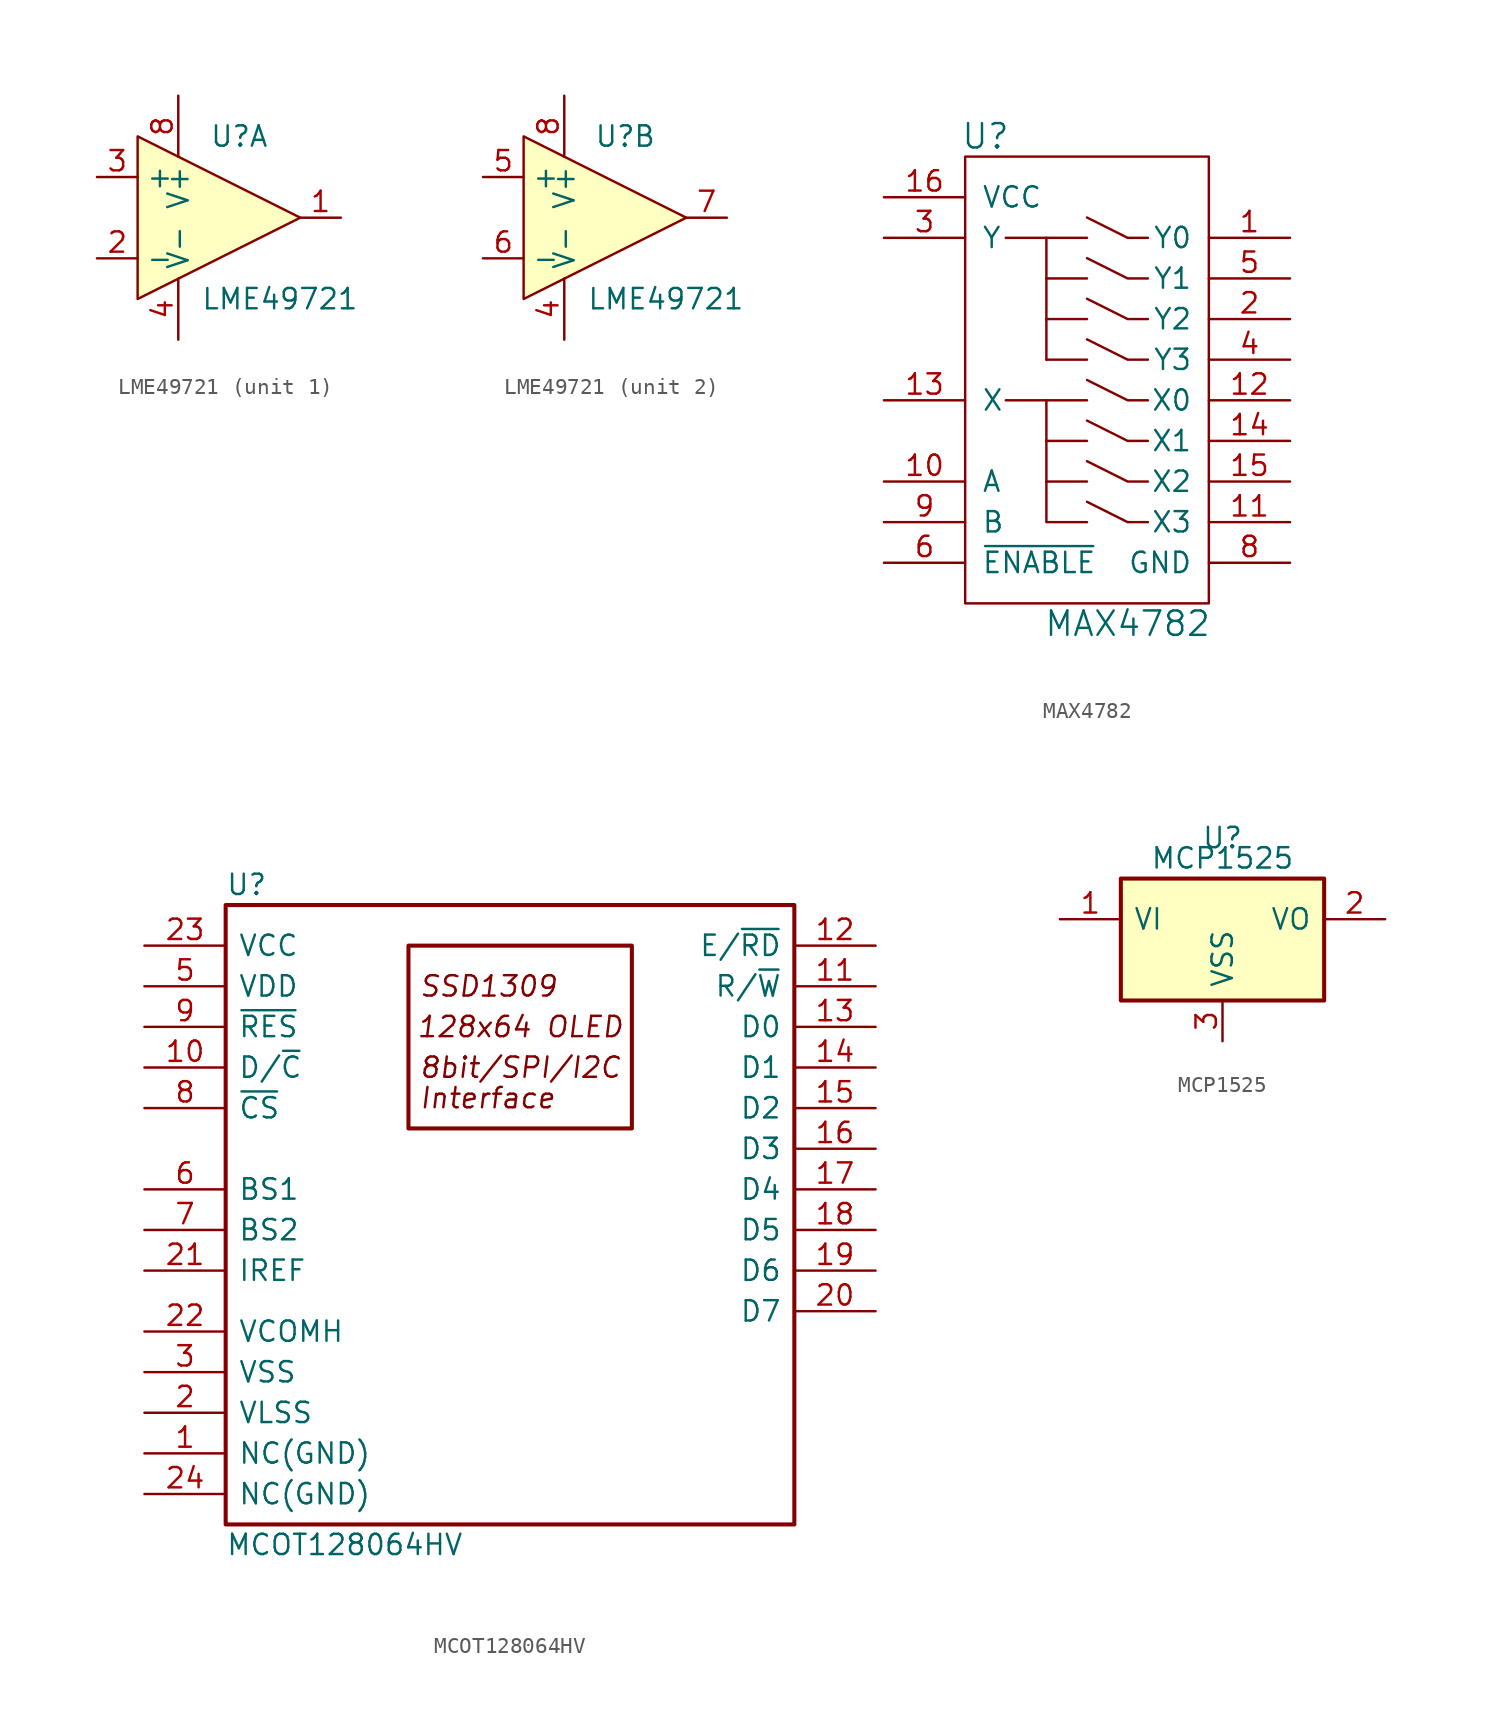
<source format=kicad_sym>
(kicad_symbol_lib
  (version 20211014)
  (generator kicad_symbol_editor)
  (symbol "LME49721"
    (property "Reference" "U"
      (at 1.27 5.08 0)
      (effects (font (size 1.27 1.27))))
    (property "Value" "LME49721"
      (at 3.81 -5.08 0)
      (effects (font (size 1.27 1.27))))
    (property "Footprint" ""
      (at -1.27 2.54 0)
      (effects (font (size 1.27 1.27))))
    (property "Datasheet" ""
      (at 1.27 5.08 0)
      (effects (font (size 1.27 1.27))))
    (symbol "LME49721_0_1"
      (polyline (pts (xy -5.08 5.08) (xy 5.08 0) (xy -5.08 -5.08) (xy -5.08 5.08)) (stroke (width 0.152) (type default) (color 0 0 0 0)) (fill (type background)))
      (pin power_in line (at -2.54 -7.62 90) (length 3.81) (name "V-" (effects (font (size 1.27 1.27)))) (number "4" (effects (font (size 1.27 1.27)))))
      (pin power_in line (at -2.54 7.62 270) (length 3.81) (name "V+" (effects (font (size 1.27 1.27)))) (number "8" (effects (font (size 1.27 1.27))))))
    (symbol "LME49721_1_1"
      (pin output line (at 7.62 0 180) (length 2.54) (name "~" (effects (font (size 1.27 1.27)))) (number "1" (effects (font (size 1.27 1.27)))))
      (pin input line (at -7.62 -2.54 0) (length 2.54) (name "-" (effects (font (size 1.27 1.27)))) (number "2" (effects (font (size 1.27 1.27)))))
      (pin input line (at -7.62 2.54 0) (length 2.54) (name "+" (effects (font (size 1.27 1.27)))) (number "3" (effects (font (size 1.27 1.27))))))
    (symbol "LME49721_2_1"
      (pin input line (at -7.62 2.54 0) (length 2.54) (name "+" (effects (font (size 1.27 1.27)))) (number "5" (effects (font (size 1.27 1.27)))))
      (pin input line (at -7.62 -2.54 0) (length 2.54) (name "-" (effects (font (size 1.27 1.27)))) (number "6" (effects (font (size 1.27 1.27)))))
      (pin output line (at 7.62 0 180) (length 2.54) (name "~" (effects (font (size 1.27 1.27)))) (number "7" (effects (font (size 1.27 1.27)))))))
  (symbol "MAX4782"
    (pin_names
      (offset 1.016))
    (property "Reference" "U"
      (at 6.35 3.81 0)
      (effects (font (size 1.524 1.524))))
    (property "Value" "MAX4782"
      (at 15.24 -26.67 0)
      (effects (font (size 1.524 1.524))))
    (property "Footprint" ""
      (at 12.7 -11.43 0)
      (effects (font (size 1.524 1.524))))
    (property "Datasheet" ""
      (at 12.7 -11.43 0)
      (effects (font (size 1.524 1.524))))
    (symbol "MAX4782_0_1"
      (polyline (pts (xy 7.62 -12.7) (xy 12.7 -12.7)) (stroke (width 0) (type default) (color 0 0 0 0)) (fill (type none)))
      (polyline (pts (xy 10.16 -17.78) (xy 12.7 -17.78)) (stroke (width 0) (type default) (color 0 0 0 0)) (fill (type none)))
      (polyline (pts (xy 10.16 -15.24) (xy 12.7 -15.24)) (stroke (width 0) (type default) (color 0 0 0 0)) (fill (type none)))
      (polyline (pts (xy 10.16 -10.16) (xy 12.7 -10.16)) (stroke (width 0) (type default) (color 0 0 0 0)) (fill (type none)))
      (polyline (pts (xy 10.16 -7.62) (xy 12.7 -7.62)) (stroke (width 0) (type default) (color 0 0 0 0)) (fill (type none)))
      (polyline (pts (xy 10.16 -5.08) (xy 12.7 -5.08)) (stroke (width 0) (type default) (color 0 0 0 0)) (fill (type none)))
      (polyline (pts (xy 10.16 -2.54) (xy 12.7 -2.54)) (stroke (width 0) (type default) (color 0 0 0 0)) (fill (type none)))
      (polyline (pts (xy 7.62 -2.54) (xy 10.16 -2.54) (xy 10.16 -10.16)) (stroke (width 0) (type default) (color 0 0 0 0)) (fill (type none)))
      (polyline (pts (xy 10.16 -12.7) (xy 10.16 -20.32) (xy 12.7 -20.32)) (stroke (width 0) (type default) (color 0 0 0 0)) (fill (type none)))
      (polyline (pts (xy 12.7 -19.05) (xy 15.24 -20.32) (xy 16.51 -20.32)) (stroke (width 0) (type default) (color 0 0 0 0)) (fill (type none)))
      (polyline (pts (xy 12.7 -16.51) (xy 15.24 -17.78) (xy 16.51 -17.78)) (stroke (width 0) (type default) (color 0 0 0 0)) (fill (type none)))
      (polyline (pts (xy 12.7 -13.97) (xy 15.24 -15.24) (xy 16.51 -15.24)) (stroke (width 0) (type default) (color 0 0 0 0)) (fill (type none)))
      (polyline (pts (xy 12.7 -11.43) (xy 15.24 -12.7) (xy 16.51 -12.7)) (stroke (width 0) (type default) (color 0 0 0 0)) (fill (type none)))
      (polyline (pts (xy 12.7 -8.89) (xy 15.24 -10.16) (xy 16.51 -10.16)) (stroke (width 0) (type default) (color 0 0 0 0)) (fill (type none)))
      (polyline (pts (xy 12.7 -6.35) (xy 15.24 -7.62) (xy 16.51 -7.62)) (stroke (width 0) (type default) (color 0 0 0 0)) (fill (type none)))
      (polyline (pts (xy 12.7 -3.81) (xy 15.24 -5.08) (xy 16.51 -5.08)) (stroke (width 0) (type default) (color 0 0 0 0)) (fill (type none)))
      (polyline (pts (xy 12.7 -1.27) (xy 15.24 -2.54) (xy 16.51 -2.54)) (stroke (width 0) (type default) (color 0 0 0 0)) (fill (type none)))
      (rectangle (start 5.08 2.54) (end 20.32 -25.4) (stroke (width 0) (type default) (color 0 0 0 0)) (fill (type none))))
    (symbol "MAX4782_1_1"
      (pin passive line (at 25.4 -2.54 180) (length 5.08) (name "Y0" (effects (font (size 1.27 1.27)))) (number "1" (effects (font (size 1.27 1.27)))))
      (pin input line (at 0 -17.78 0) (length 5.08) (name "A" (effects (font (size 1.27 1.27)))) (number "10" (effects (font (size 1.27 1.27)))))
      (pin passive line (at 25.4 -20.32 180) (length 5.08) (name "X3" (effects (font (size 1.27 1.27)))) (number "11" (effects (font (size 1.27 1.27)))))
      (pin passive line (at 25.4 -12.7 180) (length 5.08) (name "X0" (effects (font (size 1.27 1.27)))) (number "12" (effects (font (size 1.27 1.27)))))
      (pin passive line (at 0 -12.7 0) (length 5.08) (name "X" (effects (font (size 1.27 1.27)))) (number "13" (effects (font (size 1.27 1.27)))))
      (pin passive line (at 25.4 -15.24 180) (length 5.08) (name "X1" (effects (font (size 1.27 1.27)))) (number "14" (effects (font (size 1.27 1.27)))))
      (pin passive line (at 25.4 -17.78 180) (length 5.08) (name "X2" (effects (font (size 1.27 1.27)))) (number "15" (effects (font (size 1.27 1.27)))))
      (pin power_in line (at 0 0 0) (length 5.08) (name "VCC" (effects (font (size 1.27 1.27)))) (number "16" (effects (font (size 1.27 1.27)))))
      (pin passive line (at 25.4 -7.62 180) (length 5.08) (name "Y2" (effects (font (size 1.27 1.27)))) (number "2" (effects (font (size 1.27 1.27)))))
      (pin passive line (at 0 -2.54 0) (length 5.08) (name "Y" (effects (font (size 1.27 1.27)))) (number "3" (effects (font (size 1.27 1.27)))))
      (pin passive line (at 25.4 -10.16 180) (length 5.08) (name "Y3" (effects (font (size 1.27 1.27)))) (number "4" (effects (font (size 1.27 1.27)))))
      (pin passive line (at 25.4 -5.08 180) (length 5.08) (name "Y1" (effects (font (size 1.27 1.27)))) (number "5" (effects (font (size 1.27 1.27)))))
      (pin input line (at 0 -22.86 0) (length 5.08) (name "~{ENABLE}" (effects (font (size 1.27 1.27)))) (number "6" (effects (font (size 1.27 1.27)))))
      (pin no_connect line (at 0 -5.08 0) (length 5.08) hide (name "NC" (effects (font (size 1.27 1.27)))) (number "7" (effects (font (size 1.27 1.27)))))
      (pin power_in line (at 25.4 -22.86 180) (length 5.08) (name "GND" (effects (font (size 1.27 1.27)))) (number "8" (effects (font (size 1.27 1.27)))))
      (pin input line (at 0 -20.32 0) (length 5.08) (name "B" (effects (font (size 1.27 1.27)))) (number "9" (effects (font (size 1.27 1.27)))))))
  (symbol "MCOT128064HV"
    (pin_names
      (offset 0.762))
    (property "Reference" "U"
      (at 5.08 3.81 0)
      (effects (font (size 1.27 1.27)) (justify left)))
    (property "Value" "MCOT128064HV"
      (at 5.08 -37.465 0)
      (effects (font (size 1.27 1.27)) (justify left)))
    (property "Footprint" ""
      (at 3.81 1.27 0)
      (effects (font (size 1.27 1.27))))
    (property "Datasheet" ""
      (at 6.35 3.81 0)
      (effects (font (size 1.27 1.27))))
    (symbol "MCOT128064HV_0_0"
      (text "128x64 OLED" (at 23.495 -5.08 0) (effects (font (size 1.27 1.27) italic)))
      (text "8bit/SPI/I2C" (at 17.145 -7.62 0) (effects (font (size 1.27 1.27) italic) (justify left)))
      (text "Interface" (at 17.145 -9.525 0) (effects (font (size 1.27 1.27) italic) (justify left)))
      (text "SSD1309" (at 17.145 -2.54 0) (effects (font (size 1.27 1.27) italic) (justify left))))
    (symbol "MCOT128064HV_0_1"
      (rectangle (start 5.08 2.54) (end 40.64 -36.195) (stroke (width 0.254) (type default) (color 0 0 0 0)) (fill (type none)))
      (rectangle (start 16.51 0) (end 30.48 -11.43) (stroke (width 0.254) (type default) (color 0 0 0 0)) (fill (type none))))
    (symbol "MCOT128064HV_1_1"
      (pin power_in line (at 0 -31.75 0) (length 5.08) (name "NC(GND)" (effects (font (size 1.27 1.27)))) (number "1" (effects (font (size 1.27 1.27)))))
      (pin input line (at 0 -7.62 0) (length 5.08) (name "D/~{C}" (effects (font (size 1.27 1.27)))) (number "10" (effects (font (size 1.27 1.27)))))
      (pin input line (at 45.72 -2.54 180) (length 5.08) (name "R/~{W}" (effects (font (size 1.27 1.27)))) (number "11" (effects (font (size 1.27 1.27)))))
      (pin input line (at 45.72 0 180) (length 5.08) (name "E/~{RD}" (effects (font (size 1.27 1.27)))) (number "12" (effects (font (size 1.27 1.27)))))
      (pin bidirectional line (at 45.72 -5.08 180) (length 5.08) (name "D0" (effects (font (size 1.27 1.27)))) (number "13" (effects (font (size 1.27 1.27)))))
      (pin bidirectional line (at 45.72 -7.62 180) (length 5.08) (name "D1" (effects (font (size 1.27 1.27)))) (number "14" (effects (font (size 1.27 1.27)))))
      (pin bidirectional line (at 45.72 -10.16 180) (length 5.08) (name "D2" (effects (font (size 1.27 1.27)))) (number "15" (effects (font (size 1.27 1.27)))))
      (pin bidirectional line (at 45.72 -12.7 180) (length 5.08) (name "D3" (effects (font (size 1.27 1.27)))) (number "16" (effects (font (size 1.27 1.27)))))
      (pin bidirectional line (at 45.72 -15.24 180) (length 5.08) (name "D4" (effects (font (size 1.27 1.27)))) (number "17" (effects (font (size 1.27 1.27)))))
      (pin bidirectional line (at 45.72 -17.78 180) (length 5.08) (name "D5" (effects (font (size 1.27 1.27)))) (number "18" (effects (font (size 1.27 1.27)))))
      (pin bidirectional line (at 45.72 -20.32 180) (length 5.08) (name "D6" (effects (font (size 1.27 1.27)))) (number "19" (effects (font (size 1.27 1.27)))))
      (pin power_in line (at 0 -29.21 0) (length 5.08) (name "VLSS" (effects (font (size 1.27 1.27)))) (number "2" (effects (font (size 1.27 1.27)))))
      (pin bidirectional line (at 45.72 -22.86 180) (length 5.08) (name "D7" (effects (font (size 1.27 1.27)))) (number "20" (effects (font (size 1.27 1.27)))))
      (pin input line (at 0 -20.32 0) (length 5.08) (name "IREF" (effects (font (size 1.27 1.27)))) (number "21" (effects (font (size 1.27 1.27)))))
      (pin output line (at 0 -24.13 0) (length 5.08) (name "VCOMH" (effects (font (size 1.27 1.27)))) (number "22" (effects (font (size 1.27 1.27)))))
      (pin power_in line (at 0 0 0) (length 5.08) (name "VCC" (effects (font (size 1.27 1.27)))) (number "23" (effects (font (size 1.27 1.27)))))
      (pin power_in line (at 0 -34.29 0) (length 5.08) (name "NC(GND)" (effects (font (size 1.27 1.27)))) (number "24" (effects (font (size 1.27 1.27)))))
      (pin power_in line (at 0 -26.67 0) (length 5.08) (name "VSS" (effects (font (size 1.27 1.27)))) (number "3" (effects (font (size 1.27 1.27)))))
      (pin no_connect line (at 45.72 -34.29 180) (length 5.08) hide (name "N.C." (effects (font (size 1.27 1.27)))) (number "4" (effects (font (size 1.27 1.27)))))
      (pin power_in line (at 0 -2.54 0) (length 5.08) (name "VDD" (effects (font (size 1.27 1.27)))) (number "5" (effects (font (size 1.27 1.27)))))
      (pin input line (at 0 -15.24 0) (length 5.08) (name "BS1" (effects (font (size 1.27 1.27)))) (number "6" (effects (font (size 1.27 1.27)))))
      (pin input line (at 0 -17.78 0) (length 5.08) (name "BS2" (effects (font (size 1.27 1.27)))) (number "7" (effects (font (size 1.27 1.27)))))
      (pin input line (at 0 -10.16 0) (length 5.08) (name "~{CS}" (effects (font (size 1.27 1.27)))) (number "8" (effects (font (size 1.27 1.27)))))
      (pin input line (at 0 -5.08 0) (length 5.08) (name "~{RES}" (effects (font (size 1.27 1.27)))) (number "9" (effects (font (size 1.27 1.27)))))))
  (symbol "MCP1525"
    (pin_names
      (offset 0.762))
    (property "Reference" "U"
      (at 0 6.35 0)
      (effects (font (size 1.27 1.27))))
    (property "Value" "MCP1525"
      (at 0 5.08 0)
      (effects (font (size 1.27 1.27))))
    (property "Datasheet" ""
      (at 0 0 0)
      (effects (font (size 1.27 1.27))))
    (symbol "MCP1525_0_1"
      (rectangle (start -6.35 -3.81) (end 6.35 3.81) (stroke (width 0.254) (type default) (color 0 0 0 0)) (fill (type background))))
    (symbol "MCP1525_1_1"
      (pin power_in line (at -10.16 1.27 0) (length 3.81) (name "VI" (effects (font (size 1.27 1.27)))) (number "1" (effects (font (size 1.27 1.27)))))
      (pin power_out line (at 10.16 1.27 180) (length 3.81) (name "VO" (effects (font (size 1.27 1.27)))) (number "2" (effects (font (size 1.27 1.27)))))
      (pin power_in line (at 0 -6.35 90) (length 2.54) (name "VSS" (effects (font (size 1.27 1.27)))) (number "3" (effects (font (size 1.27 1.27))))))))
</source>
